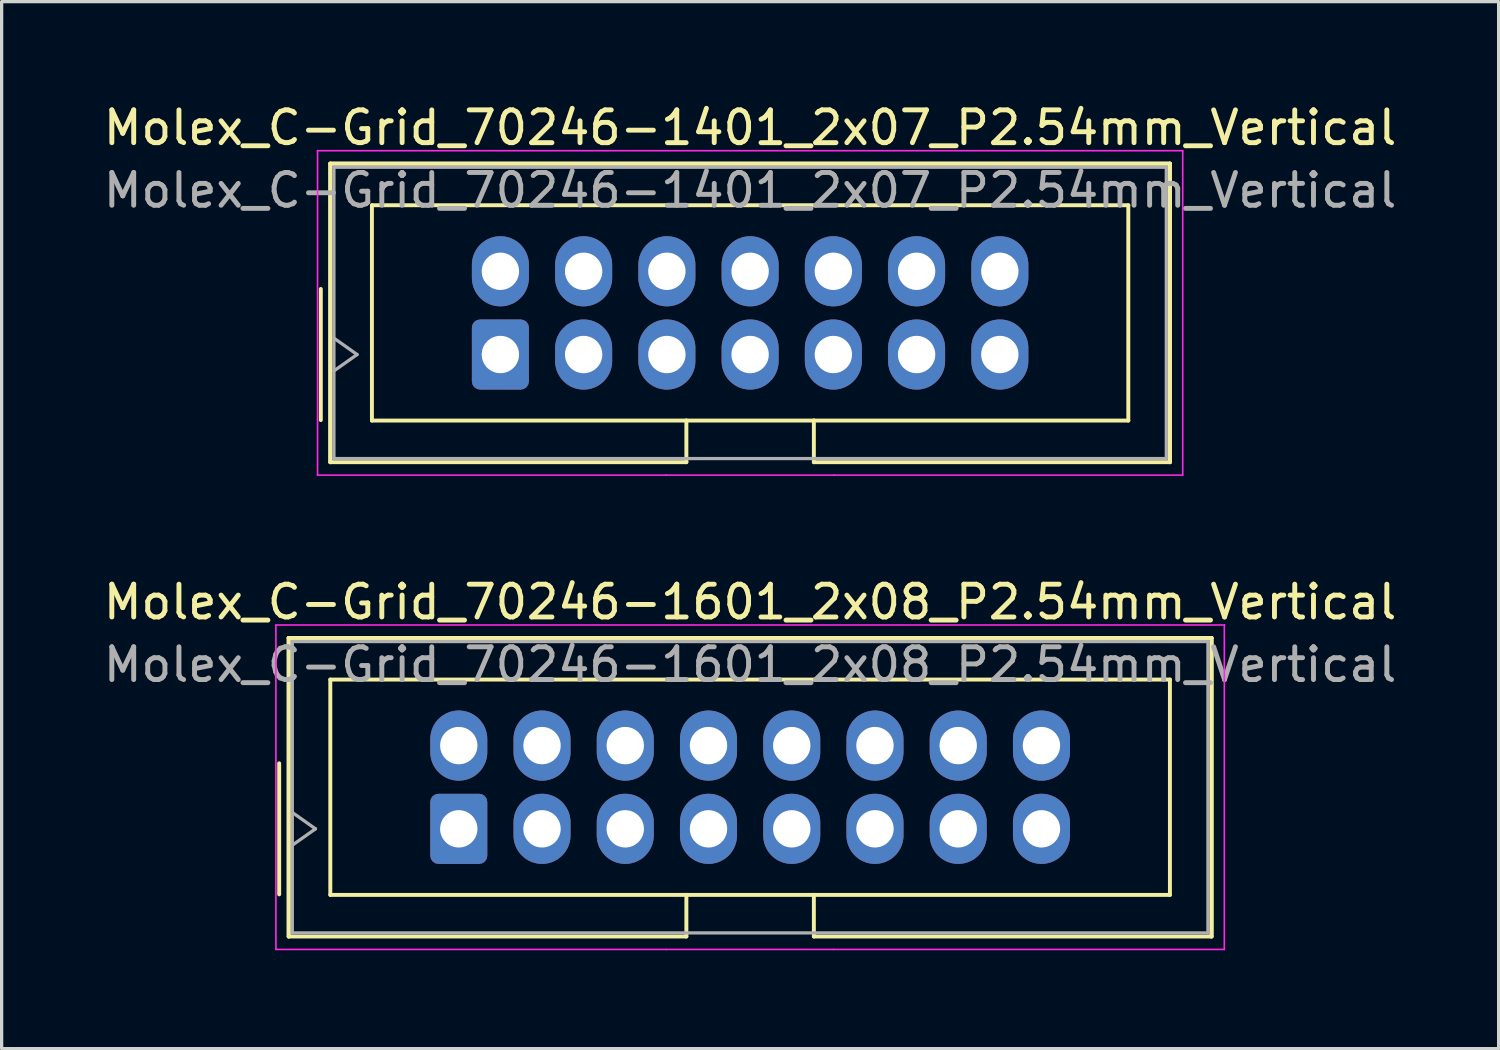
<source format=kicad_pcb>
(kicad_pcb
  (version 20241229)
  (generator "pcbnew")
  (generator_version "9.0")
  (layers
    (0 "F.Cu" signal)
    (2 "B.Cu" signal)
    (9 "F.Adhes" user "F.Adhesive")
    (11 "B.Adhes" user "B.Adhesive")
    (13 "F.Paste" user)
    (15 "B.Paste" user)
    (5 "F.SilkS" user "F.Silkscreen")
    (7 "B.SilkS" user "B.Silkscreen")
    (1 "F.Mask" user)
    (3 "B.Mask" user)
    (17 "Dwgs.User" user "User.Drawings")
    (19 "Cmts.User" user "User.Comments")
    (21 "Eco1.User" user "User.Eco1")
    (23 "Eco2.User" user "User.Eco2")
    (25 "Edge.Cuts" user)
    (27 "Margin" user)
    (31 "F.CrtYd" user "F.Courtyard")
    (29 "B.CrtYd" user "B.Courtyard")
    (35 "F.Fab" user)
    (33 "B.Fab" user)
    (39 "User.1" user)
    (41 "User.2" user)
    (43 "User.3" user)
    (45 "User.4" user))
  (footprint "Molex_C-Grid_70246-1601_2x08_P2.54mm_Vertical"
    (layer "F.Cu")
    (at 10.949 22.241)
    (property "Reference" "Molex_C-Grid_70246-1601_2x08_P2.54mm_Vertical" (at 8.89 -6.92 0) (layer "F.SilkS") (effects (font (size 1 1) (thickness 0.15))))
    (attr through_hole)
    (fp_line (start -5.48 -2) (end -5.48 2) (stroke (width 0.12) (type solid)) (layer "F.SilkS"))
    (fp_line (start -5.19 -5.825) (end 22.97 -5.825) (stroke (width 0.12) (type solid)) (layer "F.SilkS"))
    (fp_line (start -5.19 -5.825) (end 22.97 -5.825) (stroke (width 0.12) (type solid)) (layer "F.SilkS"))
    (fp_line (start -5.19 3.285) (end -5.19 -5.825) (stroke (width 0.12) (type solid)) (layer "F.SilkS"))
    (fp_line (start -5.19 3.285) (end -5.19 -5.825) (stroke (width 0.12) (type solid)) (layer "F.SilkS"))
    (fp_line (start -3.92 -4.555) (end -3.92 2.015) (stroke (width 0.12) (type solid)) (layer "F.SilkS"))
    (fp_line (start -3.92 2.015) (end 6.945 2.015) (stroke (width 0.12) (type solid)) (layer "F.SilkS"))
    (fp_line (start 6.945 2.015) (end 6.945 3.285) (stroke (width 0.12) (type solid)) (layer "F.SilkS"))
    (fp_line (start 6.945 2.015) (end 10.835 2.015) (stroke (width 0.12) (type solid)) (layer "F.SilkS"))
    (fp_line (start 6.945 3.285) (end -5.19 3.285) (stroke (width 0.12) (type solid)) (layer "F.SilkS"))
    (fp_line (start 10.835 2.015) (end 21.7 2.015) (stroke (width 0.12) (type solid)) (layer "F.SilkS"))
    (fp_line (start 10.835 3.285) (end 10.835 2.015) (stroke (width 0.12) (type solid)) (layer "F.SilkS"))
    (fp_line (start 21.7 -4.555) (end -3.92 -4.555) (stroke (width 0.12) (type solid)) (layer "F.SilkS"))
    (fp_line (start 21.7 2.015) (end 21.7 -4.555) (stroke (width 0.12) (type solid)) (layer "F.SilkS"))
    (fp_line (start 22.97 -5.825) (end 22.97 3.285) (stroke (width 0.12) (type solid)) (layer "F.SilkS"))
    (fp_line (start 22.97 -5.825) (end 22.97 3.285) (stroke (width 0.12) (type solid)) (layer "F.SilkS"))
    (fp_line (start 22.97 3.285) (end 10.835 3.285) (stroke (width 0.12) (type solid)) (layer "F.SilkS"))
    (fp_line (start -5.58 -6.22) (end -5.58 3.68) (stroke (width 0.05) (type solid)) (layer "F.CrtYd"))
    (fp_line (start -5.58 3.68) (end 6.34 3.68) (stroke (width 0.05) (type solid)) (layer "F.CrtYd"))
    (fp_line (start 6.34 3.68) (end 11.44 3.68) (stroke (width 0.05) (type solid)) (layer "F.CrtYd"))
    (fp_line (start 11.44 3.68) (end 23.36 3.68) (stroke (width 0.05) (type solid)) (layer "F.CrtYd"))
    (fp_line (start 23.36 -6.22) (end -5.58 -6.22) (stroke (width 0.05) (type solid)) (layer "F.CrtYd"))
    (fp_line (start 23.36 3.68) (end 23.36 -6.22) (stroke (width 0.05) (type solid)) (layer "F.CrtYd"))
    (fp_line (start -5.08 -5.715) (end -5.08 3.175) (stroke (width 0.1) (type solid)) (layer "F.Fab"))
    (fp_line (start -5.08 -0.5) (end -4.373 0) (stroke (width 0.1) (type solid)) (layer "F.Fab"))
    (fp_line (start -5.08 3.175) (end 22.86 3.175) (stroke (width 0.1) (type solid)) (layer "F.Fab"))
    (fp_line (start -4.373 0) (end -5.08 0.5) (stroke (width 0.1) (type solid)) (layer "F.Fab"))
    (fp_line (start 22.86 -5.715) (end -5.08 -5.715) (stroke (width 0.1) (type solid)) (layer "F.Fab"))
    (fp_line (start 22.86 3.175) (end 22.86 -5.715) (stroke (width 0.1) (type solid)) (layer "F.Fab"))
    (fp_text user "${REFERENCE}" (at 8.89 -5.01 0) (layer "F.Fab") (effects (font (size 1 1) (thickness 0.15))))
    (pad "1" thru_hole roundrect (at 0 0) (size 1.74 2.14) (drill 1.14) (layers "*.Cu" "*.Mask") (roundrect_rratio 0.144))
    (pad "2" thru_hole oval (at 0 -2.54) (size 1.74 2.14) (drill 1.14) (layers "*.Cu" "*.Mask"))
    (pad "3" thru_hole oval (at 2.54 0) (size 1.74 2.14) (drill 1.14) (layers "*.Cu" "*.Mask"))
    (pad "4" thru_hole oval (at 2.54 -2.54) (size 1.74 2.14) (drill 1.14) (layers "*.Cu" "*.Mask"))
    (pad "5" thru_hole oval (at 5.08 0) (size 1.74 2.14) (drill 1.14) (layers "*.Cu" "*.Mask"))
    (pad "6" thru_hole oval (at 5.08 -2.54) (size 1.74 2.14) (drill 1.14) (layers "*.Cu" "*.Mask"))
    (pad "7" thru_hole oval (at 7.62 0) (size 1.74 2.14) (drill 1.14) (layers "*.Cu" "*.Mask"))
    (pad "8" thru_hole oval (at 7.62 -2.54) (size 1.74 2.14) (drill 1.14) (layers "*.Cu" "*.Mask"))
    (pad "9" thru_hole oval (at 10.16 0) (size 1.74 2.14) (drill 1.14) (layers "*.Cu" "*.Mask"))
    (pad "10" thru_hole oval (at 10.16 -2.54) (size 1.74 2.14) (drill 1.14) (layers "*.Cu" "*.Mask"))
    (pad "11" thru_hole oval (at 12.7 0) (size 1.74 2.14) (drill 1.14) (layers "*.Cu" "*.Mask"))
    (pad "12" thru_hole oval (at 12.7 -2.54) (size 1.74 2.14) (drill 1.14) (layers "*.Cu" "*.Mask"))
    (pad "13" thru_hole oval (at 15.24 0) (size 1.74 2.14) (drill 1.14) (layers "*.Cu" "*.Mask"))
    (pad "14" thru_hole oval (at 15.24 -2.54) (size 1.74 2.14) (drill 1.14) (layers "*.Cu" "*.Mask"))
    (pad "15" thru_hole oval (at 17.78 0) (size 1.74 2.14) (drill 1.14) (layers "*.Cu" "*.Mask"))
    (pad "16" thru_hole oval (at 17.78 -2.54) (size 1.74 2.14) (drill 1.14) (layers "*.Cu" "*.Mask")))
  (footprint "Molex_C-Grid_70246-1401_2x07_P2.54mm_Vertical"
    (layer "F.Cu")
    (at 12.219 7.768)
    (property "Reference" "Molex_C-Grid_70246-1401_2x07_P2.54mm_Vertical" (at 7.62 -6.92 0) (layer "F.SilkS") (effects (font (size 1 1) (thickness 0.15))))
    (attr through_hole)
    (fp_line (start -5.48 -2) (end -5.48 2) (stroke (width 0.12) (type solid)) (layer "F.SilkS"))
    (fp_line (start -5.19 -5.825) (end 20.43 -5.825) (stroke (width 0.12) (type solid)) (layer "F.SilkS"))
    (fp_line (start -5.19 -5.825) (end 20.43 -5.825) (stroke (width 0.12) (type solid)) (layer "F.SilkS"))
    (fp_line (start -5.19 3.285) (end -5.19 -5.825) (stroke (width 0.12) (type solid)) (layer "F.SilkS"))
    (fp_line (start -5.19 3.285) (end -5.19 -5.825) (stroke (width 0.12) (type solid)) (layer "F.SilkS"))
    (fp_line (start -3.92 -4.555) (end -3.92 2.015) (stroke (width 0.12) (type solid)) (layer "F.SilkS"))
    (fp_line (start -3.92 2.015) (end 5.675 2.015) (stroke (width 0.12) (type solid)) (layer "F.SilkS"))
    (fp_line (start 5.675 2.015) (end 5.675 3.285) (stroke (width 0.12) (type solid)) (layer "F.SilkS"))
    (fp_line (start 5.675 2.015) (end 9.565 2.015) (stroke (width 0.12) (type solid)) (layer "F.SilkS"))
    (fp_line (start 5.675 3.285) (end -5.19 3.285) (stroke (width 0.12) (type solid)) (layer "F.SilkS"))
    (fp_line (start 9.565 2.015) (end 19.16 2.015) (stroke (width 0.12) (type solid)) (layer "F.SilkS"))
    (fp_line (start 9.565 3.285) (end 9.565 2.015) (stroke (width 0.12) (type solid)) (layer "F.SilkS"))
    (fp_line (start 19.16 -4.555) (end -3.92 -4.555) (stroke (width 0.12) (type solid)) (layer "F.SilkS"))
    (fp_line (start 19.16 2.015) (end 19.16 -4.555) (stroke (width 0.12) (type solid)) (layer "F.SilkS"))
    (fp_line (start 20.43 -5.825) (end 20.43 3.285) (stroke (width 0.12) (type solid)) (layer "F.SilkS"))
    (fp_line (start 20.43 -5.825) (end 20.43 3.285) (stroke (width 0.12) (type solid)) (layer "F.SilkS"))
    (fp_line (start 20.43 3.285) (end 9.565 3.285) (stroke (width 0.12) (type solid)) (layer "F.SilkS"))
    (fp_line (start -5.58 -6.22) (end -5.58 3.68) (stroke (width 0.05) (type solid)) (layer "F.CrtYd"))
    (fp_line (start -5.58 3.68) (end 5.06 3.68) (stroke (width 0.05) (type solid)) (layer "F.CrtYd"))
    (fp_line (start 5.06 3.68) (end 10.18 3.68) (stroke (width 0.05) (type solid)) (layer "F.CrtYd"))
    (fp_line (start 10.18 3.68) (end 20.82 3.68) (stroke (width 0.05) (type solid)) (layer "F.CrtYd"))
    (fp_line (start 20.82 -6.22) (end -5.58 -6.22) (stroke (width 0.05) (type solid)) (layer "F.CrtYd"))
    (fp_line (start 20.82 3.68) (end 20.82 -6.22) (stroke (width 0.05) (type solid)) (layer "F.CrtYd"))
    (fp_line (start -5.08 -5.715) (end -5.08 3.175) (stroke (width 0.1) (type solid)) (layer "F.Fab"))
    (fp_line (start -5.08 -0.5) (end -4.373 0) (stroke (width 0.1) (type solid)) (layer "F.Fab"))
    (fp_line (start -5.08 3.175) (end 20.32 3.175) (stroke (width 0.1) (type solid)) (layer "F.Fab"))
    (fp_line (start -4.373 0) (end -5.08 0.5) (stroke (width 0.1) (type solid)) (layer "F.Fab"))
    (fp_line (start 20.32 -5.715) (end -5.08 -5.715) (stroke (width 0.1) (type solid)) (layer "F.Fab"))
    (fp_line (start 20.32 3.175) (end 20.32 -5.715) (stroke (width 0.1) (type solid)) (layer "F.Fab"))
    (fp_text user "${REFERENCE}" (at 7.62 -5.01 0) (layer "F.Fab") (effects (font (size 1 1) (thickness 0.15))))
    (pad "1" thru_hole roundrect (at 0 0) (size 1.74 2.14) (drill 1.14) (layers "*.Cu" "*.Mask") (roundrect_rratio 0.144))
    (pad "2" thru_hole oval (at 0 -2.54) (size 1.74 2.14) (drill 1.14) (layers "*.Cu" "*.Mask"))
    (pad "3" thru_hole oval (at 2.54 0) (size 1.74 2.14) (drill 1.14) (layers "*.Cu" "*.Mask"))
    (pad "4" thru_hole oval (at 2.54 -2.54) (size 1.74 2.14) (drill 1.14) (layers "*.Cu" "*.Mask"))
    (pad "5" thru_hole oval (at 5.08 0) (size 1.74 2.14) (drill 1.14) (layers "*.Cu" "*.Mask"))
    (pad "6" thru_hole oval (at 5.08 -2.54) (size 1.74 2.14) (drill 1.14) (layers "*.Cu" "*.Mask"))
    (pad "7" thru_hole oval (at 7.62 0) (size 1.74 2.14) (drill 1.14) (layers "*.Cu" "*.Mask"))
    (pad "8" thru_hole oval (at 7.62 -2.54) (size 1.74 2.14) (drill 1.14) (layers "*.Cu" "*.Mask"))
    (pad "9" thru_hole oval (at 10.16 0) (size 1.74 2.14) (drill 1.14) (layers "*.Cu" "*.Mask"))
    (pad "10" thru_hole oval (at 10.16 -2.54) (size 1.74 2.14) (drill 1.14) (layers "*.Cu" "*.Mask"))
    (pad "11" thru_hole oval (at 12.7 0) (size 1.74 2.14) (drill 1.14) (layers "*.Cu" "*.Mask"))
    (pad "12" thru_hole oval (at 12.7 -2.54) (size 1.74 2.14) (drill 1.14) (layers "*.Cu" "*.Mask"))
    (pad "13" thru_hole oval (at 15.24 0) (size 1.74 2.14) (drill 1.14) (layers "*.Cu" "*.Mask"))
    (pad "14" thru_hole oval (at 15.24 -2.54) (size 1.74 2.14) (drill 1.14) (layers "*.Cu" "*.Mask")))
  (gr_rect
    (start -3 -3)
    (end 42.679 28.947)
    (stroke (width 0.1) (type default))
    (fill no)
    (layer "Edge.Cuts")))
</source>
